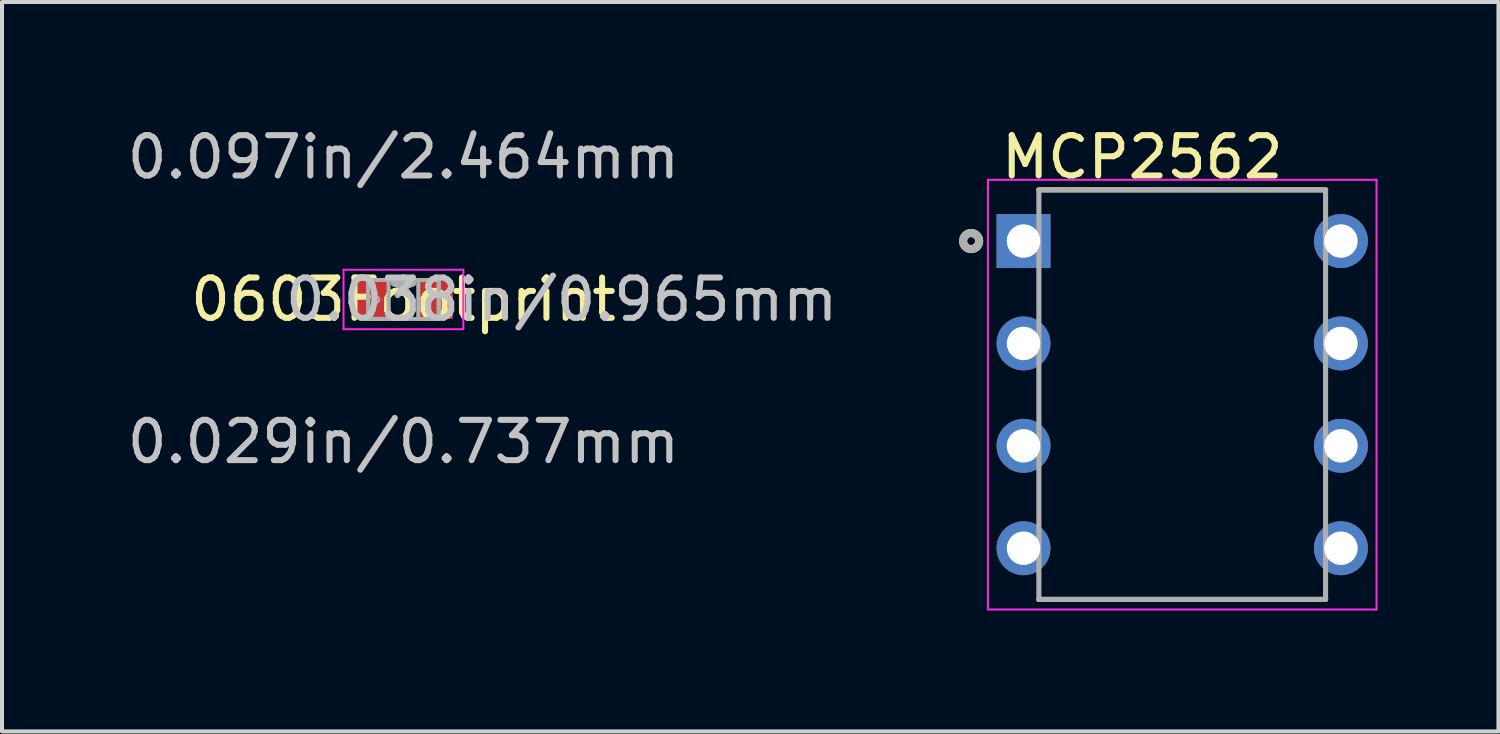
<source format=kicad_pcb>
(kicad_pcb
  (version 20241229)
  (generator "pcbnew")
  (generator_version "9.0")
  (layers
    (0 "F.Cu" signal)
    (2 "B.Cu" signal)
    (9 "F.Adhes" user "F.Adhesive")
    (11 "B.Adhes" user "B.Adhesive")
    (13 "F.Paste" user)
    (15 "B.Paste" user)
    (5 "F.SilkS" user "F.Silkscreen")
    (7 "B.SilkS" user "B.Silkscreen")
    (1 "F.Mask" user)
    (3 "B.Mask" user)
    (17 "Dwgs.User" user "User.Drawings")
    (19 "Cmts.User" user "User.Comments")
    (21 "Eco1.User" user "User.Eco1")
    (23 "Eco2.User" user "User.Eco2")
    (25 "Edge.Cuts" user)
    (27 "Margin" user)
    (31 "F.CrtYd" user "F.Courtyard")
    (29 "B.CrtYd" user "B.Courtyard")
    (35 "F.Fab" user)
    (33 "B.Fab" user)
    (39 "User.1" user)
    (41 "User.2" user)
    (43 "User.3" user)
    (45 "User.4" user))
  (footprint "0603Footprint"
    (layer "F.Cu")
    (at 6.958 4.379)
    (property "Reference" "0603Footprint" (at 0 0 0) (layer "F.SilkS") (effects (font (size 1 1) (thickness 0.15))))
    (attr through_hole)
    (fp_line (start -1.486 -0.737) (end 1.486 -0.737) (stroke (width 0.05) (type solid)) (layer "F.CrtYd"))
    (fp_line (start -1.486 0.737) (end -1.486 -0.737) (stroke (width 0.05) (type solid)) (layer "F.CrtYd"))
    (fp_line (start 1.486 -0.737) (end 1.486 0.737) (stroke (width 0.05) (type solid)) (layer "F.CrtYd"))
    (fp_line (start 1.486 0.737) (end -1.486 0.737) (stroke (width 0.05) (type solid)) (layer "F.CrtYd"))
    (fp_circle (center -0.673 0) (end -0.673 0) (stroke (width 0.05) (type solid)) (fill no) (layer "F.CrtYd"))
    (fp_line (start -0.876 -0.483) (end -0.876 0.483) (stroke (width 0.1) (type solid)) (layer "F.Fab"))
    (fp_line (start -0.876 -0.483) (end -0.876 0.483) (stroke (width 0.1) (type solid)) (layer "F.Fab"))
    (fp_line (start -0.876 0.483) (end -0.368 0.483) (stroke (width 0.1) (type solid)) (layer "F.Fab"))
    (fp_line (start -0.876 0.483) (end 0.876 0.483) (stroke (width 0.1) (type solid)) (layer "F.Fab"))
    (fp_line (start -0.368 -0.483) (end -0.876 -0.483) (stroke (width 0.1) (type solid)) (layer "F.Fab"))
    (fp_line (start -0.368 0.483) (end -0.368 -0.483) (stroke (width 0.1) (type solid)) (layer "F.Fab"))
    (fp_line (start 0.368 -0.483) (end 0.368 0.483) (stroke (width 0.1) (type solid)) (layer "F.Fab"))
    (fp_line (start 0.368 0.483) (end 0.876 0.483) (stroke (width 0.1) (type solid)) (layer "F.Fab"))
    (fp_line (start 0.876 -0.483) (end -0.876 -0.483) (stroke (width 0.1) (type solid)) (layer "F.Fab"))
    (fp_line (start 0.876 -0.483) (end 0.368 -0.483) (stroke (width 0.1) (type solid)) (layer "F.Fab"))
    (fp_line (start 0.876 0.483) (end 0.876 -0.483) (stroke (width 0.1) (type solid)) (layer "F.Fab"))
    (fp_line (start 0.876 0.483) (end 0.876 -0.483) (stroke (width 0.1) (type solid)) (layer "F.Fab"))
    (fp_circle (center -0.673 0) (end -0.673 0) (stroke (width 0.1) (type solid)) (fill no) (layer "F.Fab"))
    (fp_text user "*" (at 0 0 0) (layer "F.SilkS") (effects (font (size 1 1) (thickness 0.15))))
    (fp_text user "0.038in/0.965mm" (at 3.924 0 0) (layer "Dwgs.User") (effects (font (size 1 1) (thickness 0.15))))
    (fp_text user "0.097in/2.464mm" (at 0 -3.531 0) (layer "Dwgs.User") (effects (font (size 1 1) (thickness 0.15))))
    (fp_text user "0.029in/0.737mm" (at 0 3.531 0) (layer "Dwgs.User") (effects (font (size 1 1) (thickness 0.15))))
    (fp_text user "Copyright 2021 Accelerated Designs. All rights reserved." (at 0 0 0) (layer "Cmts.User") (effects (font (size 0.127 0.127) (thickness 0.002))))
    (fp_text user "*" (at 0 0 0) (layer "F.Fab") (effects (font (size 1 1) (thickness 0.15))))
    (pad "1" smd rect (at -0.8 0) (size 0.864 0.965) (layers "F.Cu" "F.Mask" "F.Paste"))
    (pad "2" smd rect (at 0.8 0) (size 0.864 0.965) (layers "F.Cu" "F.Mask" "F.Paste")))
  (footprint "MCP2562"
    (layer "F.Cu")
    (at 26.278 6.74)
    (property "Reference" "MCP2562" (at -0.991 -5.892 0) (layer "F.SilkS") (effects (font (size 1 1) (thickness 0.15))))
    (attr through_hole)
    (fp_line (start -3.556 -5.08) (end 3.556 -5.08) (stroke (width 0.127) (type solid)) (layer "F.SilkS"))
    (fp_line (start -3.556 5.08) (end 3.556 5.08) (stroke (width 0.127) (type solid)) (layer "F.SilkS"))
    (fp_circle (center -5.237 -3.81) (end -5.138 -3.81) (stroke (width 0.2) (type solid)) (fill no) (layer "F.SilkS"))
    (fp_line (start -4.82 -5.33) (end -4.82 5.33) (stroke (width 0.05) (type solid)) (layer "F.CrtYd"))
    (fp_line (start 4.82 -5.33) (end -4.82 -5.33) (stroke (width 0.05) (type solid)) (layer "F.CrtYd"))
    (fp_line (start 4.82 -5.33) (end 4.82 5.33) (stroke (width 0.05) (type solid)) (layer "F.CrtYd"))
    (fp_line (start 4.82 5.33) (end -4.82 5.33) (stroke (width 0.05) (type solid)) (layer "F.CrtYd"))
    (fp_line (start -3.556 -5.08) (end -3.556 5.08) (stroke (width 0.127) (type solid)) (layer "F.Fab"))
    (fp_line (start -3.556 -5.08) (end 3.556 -5.08) (stroke (width 0.127) (type solid)) (layer "F.Fab"))
    (fp_line (start -3.556 5.08) (end 3.556 5.08) (stroke (width 0.127) (type solid)) (layer "F.Fab"))
    (fp_line (start 3.556 -5.08) (end 3.556 5.08) (stroke (width 0.127) (type solid)) (layer "F.Fab"))
    (fp_circle (center -5.237 -3.81) (end -5.138 -3.81) (stroke (width 0.2) (type solid)) (fill no) (layer "F.Fab"))
    (pad "1" thru_hole rect (at -3.937 -3.81) (size 1.338 1.338) (drill 0.83) (layers "*.Cu" "*.Mask"))
    (pad "2" thru_hole circle (at -3.937 -1.27) (size 1.338 1.338) (drill 0.83) (layers "*.Cu" "*.Mask"))
    (pad "3" thru_hole circle (at -3.937 1.27) (size 1.338 1.338) (drill 0.83) (layers "*.Cu" "*.Mask"))
    (pad "4" thru_hole circle (at -3.937 3.81) (size 1.338 1.338) (drill 0.83) (layers "*.Cu" "*.Mask"))
    (pad "5" thru_hole circle (at 3.937 3.81) (size 1.338 1.338) (drill 0.83) (layers "*.Cu" "*.Mask"))
    (pad "6" thru_hole circle (at 3.937 1.27) (size 1.338 1.338) (drill 0.83) (layers "*.Cu" "*.Mask"))
    (pad "7" thru_hole circle (at 3.937 -1.27) (size 1.338 1.338) (drill 0.83) (layers "*.Cu" "*.Mask"))
    (pad "8" thru_hole circle (at 3.937 -3.81) (size 1.338 1.338) (drill 0.83) (layers "*.Cu" "*.Mask")))
  (gr_rect
    (start -3 -3)
    (end 34.123 15.095)
    (stroke (width 0.1) (type default))
    (fill no)
    (layer "Edge.Cuts")))
</source>
